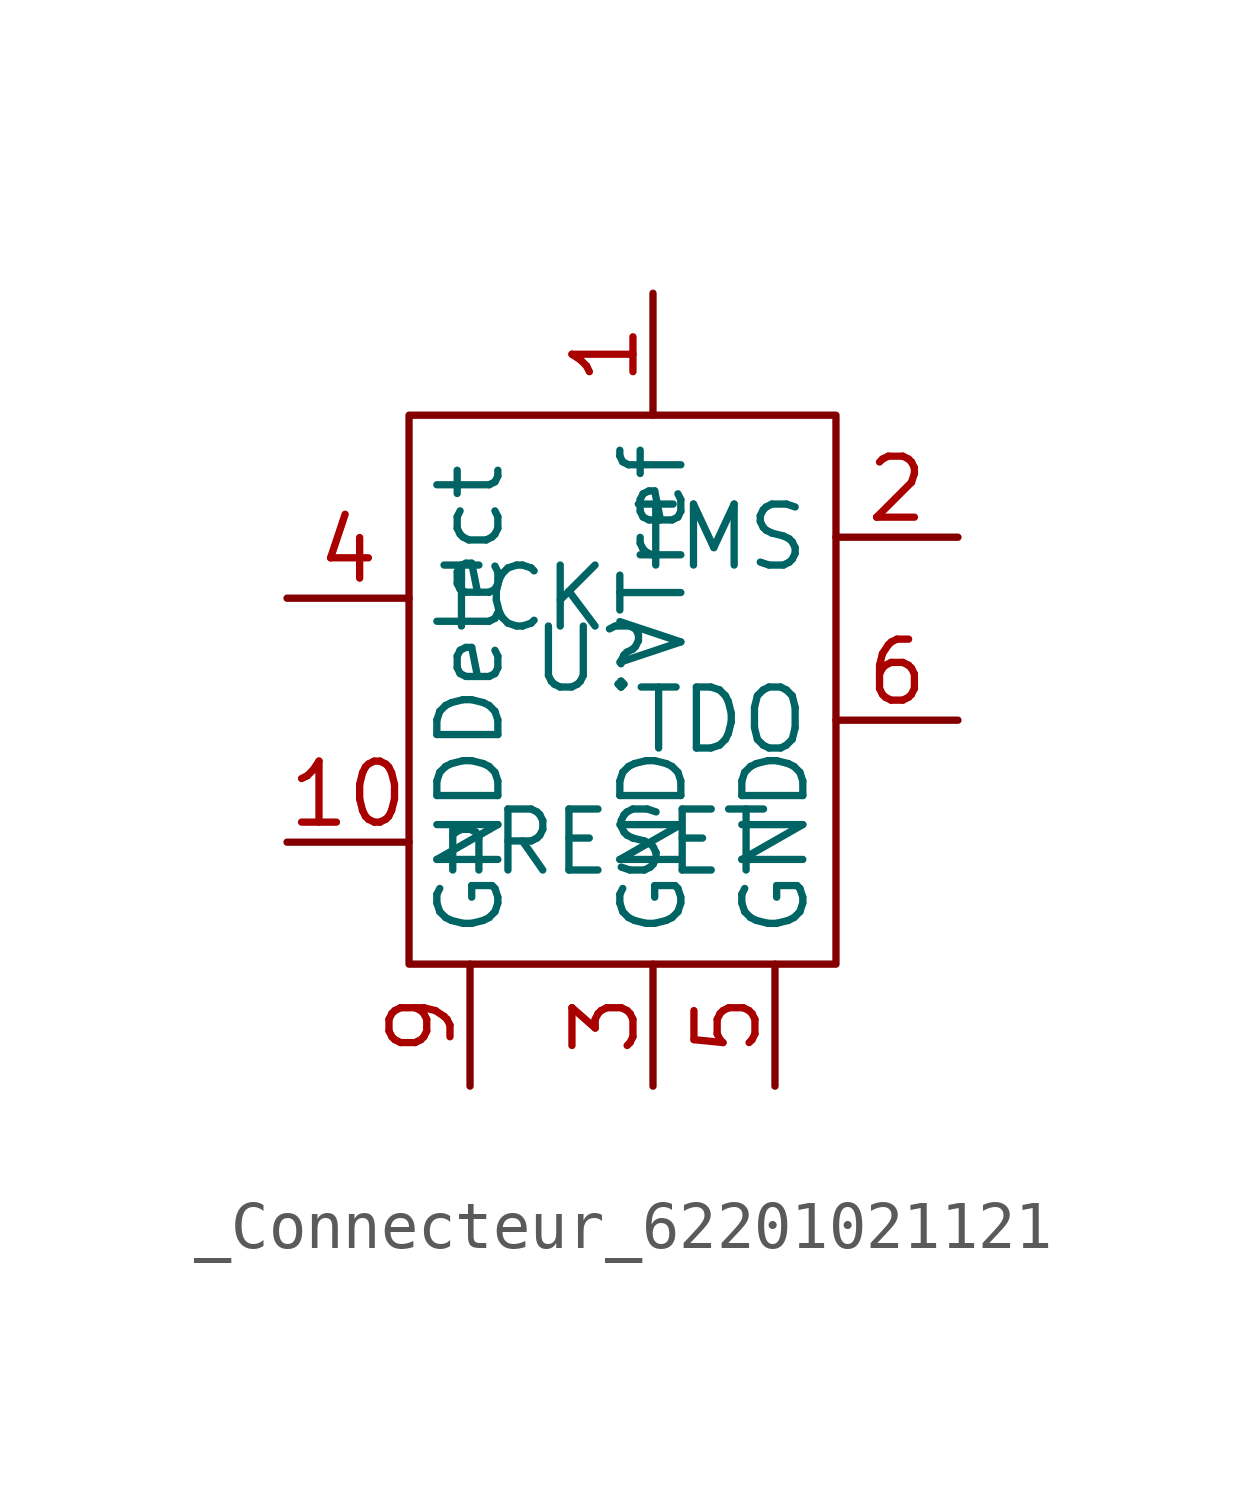
<source format=kicad_sym>
(kicad_symbol_lib
  (version 20220914)
  (generator kicad_symbol_editor)
  (symbol "_Connecteur_62201021121"
    (property "Reference" "U"
      (at 0 0 0)
      (effects (font (size 1.27 1.27))))
    (property "Value" ""
      (at 0 0 0)
      (effects (font (size 1.27 1.27))))
    (symbol "_Connecteur_62201021121_0_1"
      (rectangle (start -3.81 5.08) (end 5.08 -6.35) (stroke (width 0) (type default)) (fill (type none))))
    (symbol "_Connecteur_62201021121_1_1"
      (pin power_in line (at 1.27 7.62 270) (length 2.54) (name "VTref" (effects (font (size 1.27 1.27)))) (number "1" (effects (font (size 1.27 1.27)))))
      (pin power_in line (at -6.35 -3.81 0) (length 2.54) (name "nRESET" (effects (font (size 1.27 1.27)))) (number "10" (effects (font (size 1.27 1.27)))))
      (pin bidirectional line (at 7.62 2.54 180) (length 2.54) (name "TMS" (effects (font (size 1.27 1.27)))) (number "2" (effects (font (size 1.27 1.27)))))
      (pin power_out line (at 1.27 -8.89 90) (length 2.54) (name "GND" (effects (font (size 1.27 1.27)))) (number "3" (effects (font (size 1.27 1.27)))))
      (pin input line (at -6.35 1.27 0) (length 2.54) (name "TCK" (effects (font (size 1.27 1.27)))) (number "4" (effects (font (size 1.27 1.27)))))
      (pin power_out line (at 3.81 -8.89 90) (length 2.54) (name "GND" (effects (font (size 1.27 1.27)))) (number "5" (effects (font (size 1.27 1.27)))))
      (pin power_out line (at 7.62 -1.27 180) (length 2.54) (name "TDO" (effects (font (size 1.27 1.27)))) (number "6" (effects (font (size 1.27 1.27)))))
      (pin power_out line (at -2.54 -8.89 90) (length 2.54) (name "GNDDelect" (effects (font (size 1.27 1.27)))) (number "9" (effects (font (size 1.27 1.27))))))))
</source>
